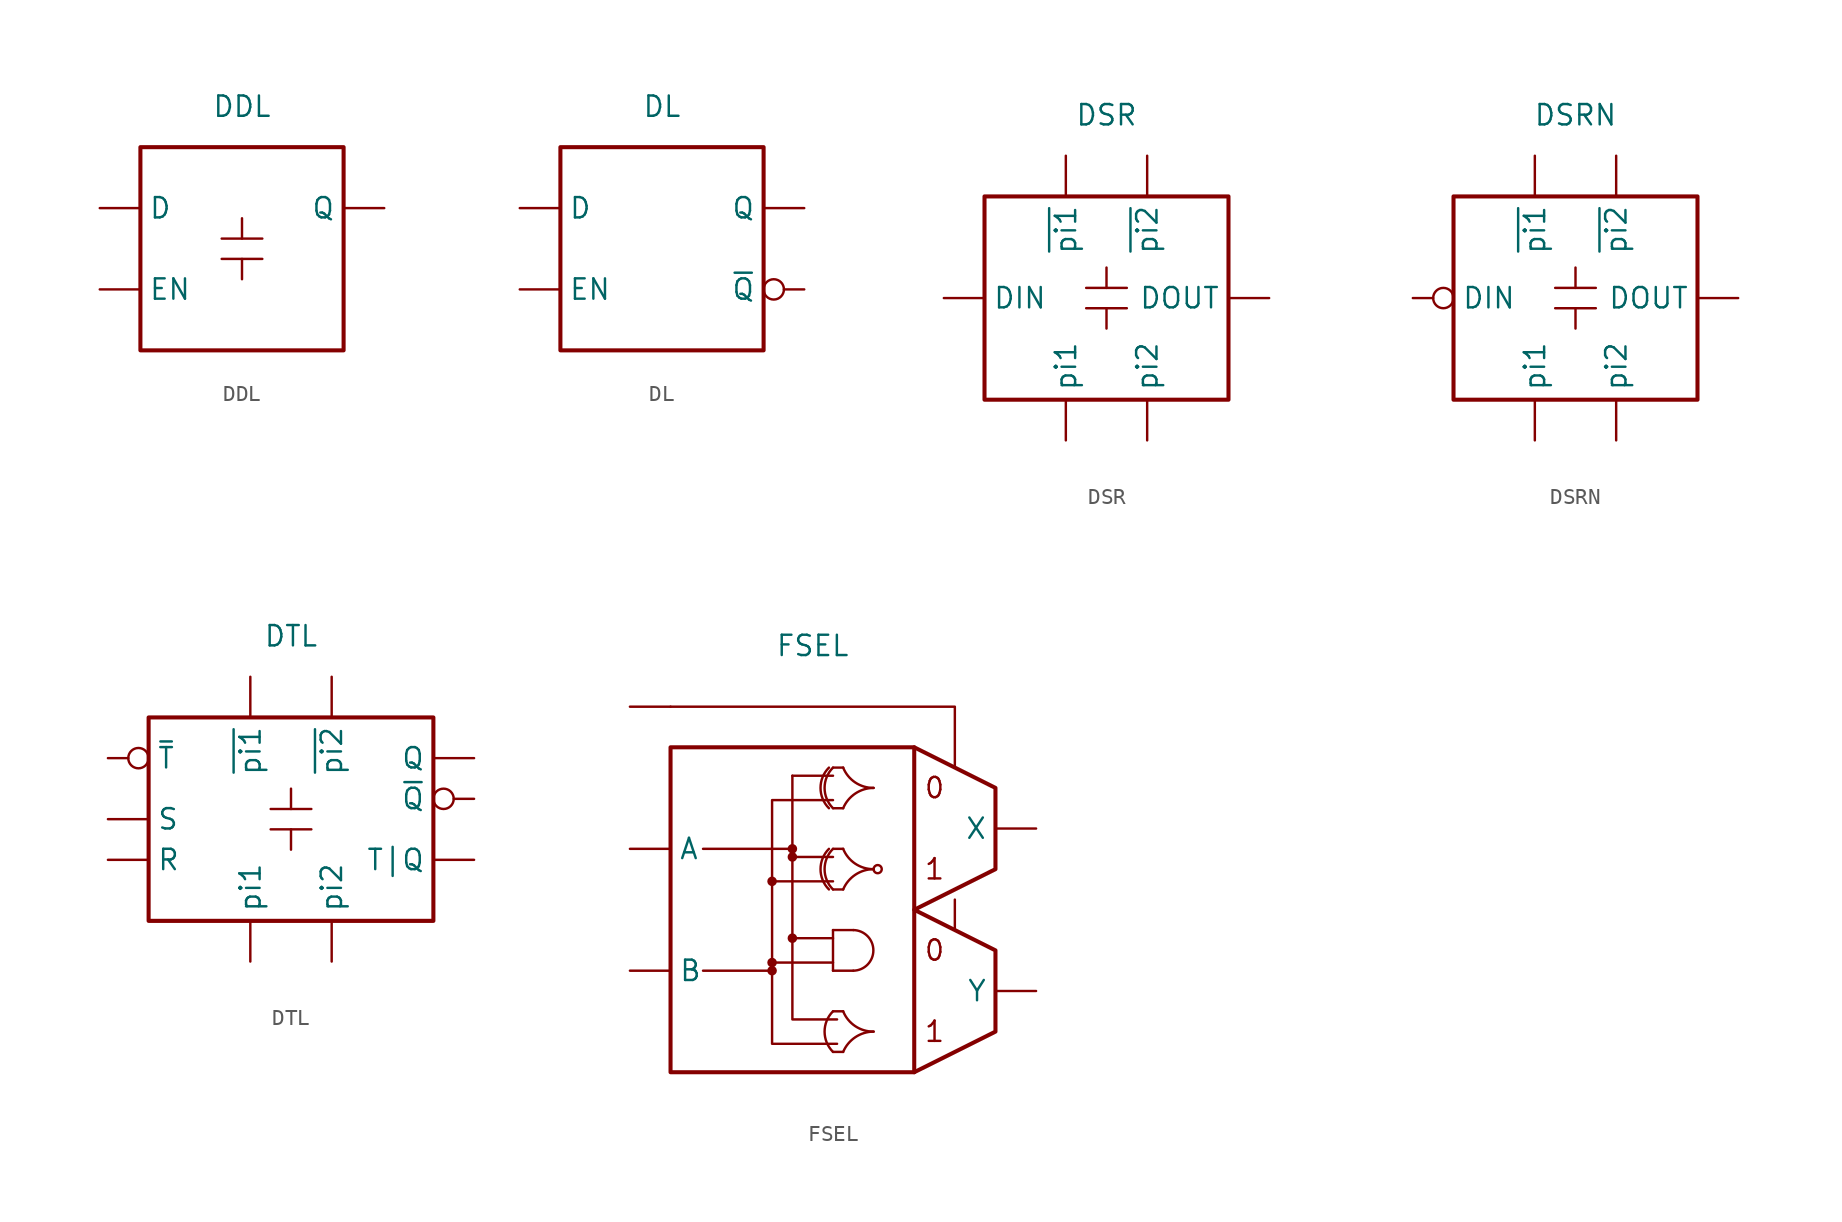
<source format=kicad_sym>
(kicad_symbol_lib
  (version 20211014)
  (generator kicad_symbol_editor)
  (symbol "DDL"
    (property "Reference" "U"
      (at 0 11.43 0)
      (effects (font (size 1.27 1.27)) hide))
    (property "Value" "DDL"
      (at 0 8.89 0)
      (effects (font (size 1.27 1.27))))
    (symbol "DDL_0_0"
      (polyline (pts (xy -1.27 -0.635) (xy 1.27 -0.635)) (stroke (width 0) (type default) (color 0 0 0 0)) (fill (type none)))
      (polyline (pts (xy -1.27 0.635) (xy 1.27 0.635)) (stroke (width 0) (type default) (color 0 0 0 0)) (fill (type none)))
      (polyline (pts (xy 0 -0.635) (xy 0 -1.905)) (stroke (width 0) (type default) (color 0 0 0 0)) (fill (type none)))
      (polyline (pts (xy 0 1.905) (xy 0 0.635)) (stroke (width 0) (type default) (color 0 0 0 0)) (fill (type none))))
    (symbol "DDL_0_1"
      (rectangle (start -6.35 6.35) (end 6.35 -6.35) (stroke (width 0.254) (type default) (color 0 0 0 0)) (fill (type none))))
    (symbol "DDL_1_1"
      (pin input line (at -8.89 2.54 0) (length 2.54) (name "D" (effects (font (size 1.27 1.27)))) (number "" (effects (font (size 1.27 1.27)))))
      (pin input line (at -8.89 -2.54 0) (length 2.54) (name "EN" (effects (font (size 1.27 1.27)))) (number "" (effects (font (size 1.27 1.27)))))
      (pin output line (at 8.89 2.54 180) (length 2.54) (name "Q" (effects (font (size 1.27 1.27)))) (number "" (effects (font (size 1.27 1.27)))))))
  (symbol "DL"
    (property "Reference" "U"
      (at 0 11.43 0)
      (effects (font (size 1.27 1.27)) hide))
    (property "Value" "DL"
      (at 0 8.89 0)
      (effects (font (size 1.27 1.27))))
    (symbol "DL_0_1"
      (rectangle (start -6.35 6.35) (end 6.35 -6.35) (stroke (width 0.254) (type default) (color 0 0 0 0)) (fill (type none))))
    (symbol "DL_1_1"
      (pin input line (at -8.89 2.54 0) (length 2.54) (name "D" (effects (font (size 1.27 1.27)))) (number "" (effects (font (size 1.27 1.27)))))
      (pin input line (at -8.89 -2.54 0) (length 2.54) (name "EN" (effects (font (size 1.27 1.27)))) (number "" (effects (font (size 1.27 1.27)))))
      (pin input line (at 8.89 2.54 180) (length 2.54) (name "Q" (effects (font (size 1.27 1.27)))) (number "" (effects (font (size 1.27 1.27)))))
      (pin input inverted (at 8.89 -2.54 180) (length 2.54) (name "~{Q}" (effects (font (size 1.27 1.27)))) (number "" (effects (font (size 1.27 1.27)))))))
  (symbol "DSR"
    (property "Reference" "U"
      (at 0 13.97 0)
      (effects (font (size 1.27 1.27)) hide))
    (property "Value" "DSR"
      (at 0 11.43 0)
      (effects (font (size 1.27 1.27))))
    (symbol "DSR_0_0"
      (polyline (pts (xy -1.27 -0.635) (xy 1.27 -0.635)) (stroke (width 0) (type default) (color 0 0 0 0)) (fill (type none)))
      (polyline (pts (xy -1.27 0.635) (xy 1.27 0.635)) (stroke (width 0) (type default) (color 0 0 0 0)) (fill (type none)))
      (polyline (pts (xy 0 -0.635) (xy 0 -1.905)) (stroke (width 0) (type default) (color 0 0 0 0)) (fill (type none)))
      (polyline (pts (xy 0 1.905) (xy 0 0.635)) (stroke (width 0) (type default) (color 0 0 0 0)) (fill (type none))))
    (symbol "DSR_0_1"
      (rectangle (start -7.62 6.35) (end 7.62 -6.35) (stroke (width 0.254) (type default) (color 0 0 0 0)) (fill (type none))))
    (symbol "DSR_1_1"
      (pin input line (at -10.16 0 0) (length 2.54) (name "DIN" (effects (font (size 1.27 1.27)))) (number "" (effects (font (size 1.27 1.27)))))
      (pin output line (at 10.16 0 180) (length 2.54) (name "DOUT" (effects (font (size 1.27 1.27)))) (number "" (effects (font (size 1.27 1.27)))))
      (pin input line (at -2.54 -8.89 90) (length 2.54) (name "pi1" (effects (font (size 1.27 1.27)))) (number "" (effects (font (size 1.27 1.27)))))
      (pin input line (at 2.54 -8.89 90) (length 2.54) (name "pi2" (effects (font (size 1.27 1.27)))) (number "" (effects (font (size 1.27 1.27)))))
      (pin input line (at -2.54 8.89 270) (length 2.54) (name "~{pi1}" (effects (font (size 1.27 1.27)))) (number "" (effects (font (size 1.27 1.27)))))
      (pin input line (at 2.54 8.89 270) (length 2.54) (name "~{pi2}" (effects (font (size 1.27 1.27)))) (number "" (effects (font (size 1.27 1.27)))))))
  (symbol "DSRN"
    (property "Reference" "U"
      (at 0 13.97 0)
      (effects (font (size 1.27 1.27)) hide))
    (property "Value" "DSRN"
      (at 0 11.43 0)
      (effects (font (size 1.27 1.27))))
    (symbol "DSRN_0_0"
      (polyline (pts (xy -1.27 -0.635) (xy 1.27 -0.635)) (stroke (width 0) (type default) (color 0 0 0 0)) (fill (type none)))
      (polyline (pts (xy -1.27 0.635) (xy 1.27 0.635)) (stroke (width 0) (type default) (color 0 0 0 0)) (fill (type none)))
      (polyline (pts (xy 0 -0.635) (xy 0 -1.905)) (stroke (width 0) (type default) (color 0 0 0 0)) (fill (type none)))
      (polyline (pts (xy 0 1.905) (xy 0 0.635)) (stroke (width 0) (type default) (color 0 0 0 0)) (fill (type none))))
    (symbol "DSRN_0_1"
      (rectangle (start -7.62 6.35) (end 7.62 -6.35) (stroke (width 0.254) (type default) (color 0 0 0 0)) (fill (type none))))
    (symbol "DSRN_1_1"
      (pin input inverted (at -10.16 0 0) (length 2.54) (name "DIN" (effects (font (size 1.27 1.27)))) (number "" (effects (font (size 1.27 1.27)))))
      (pin output line (at 10.16 0 180) (length 2.54) (name "DOUT" (effects (font (size 1.27 1.27)))) (number "" (effects (font (size 1.27 1.27)))))
      (pin input line (at -2.54 -8.89 90) (length 2.54) (name "pi1" (effects (font (size 1.27 1.27)))) (number "" (effects (font (size 1.27 1.27)))))
      (pin input line (at 2.54 -8.89 90) (length 2.54) (name "pi2" (effects (font (size 1.27 1.27)))) (number "" (effects (font (size 1.27 1.27)))))
      (pin input line (at -2.54 8.89 270) (length 2.54) (name "~{pi1}" (effects (font (size 1.27 1.27)))) (number "" (effects (font (size 1.27 1.27)))))
      (pin input line (at 2.54 8.89 270) (length 2.54) (name "~{pi2}" (effects (font (size 1.27 1.27)))) (number "" (effects (font (size 1.27 1.27)))))))
  (symbol "DTL"
    (property "Reference" "U"
      (at 0 13.97 0)
      (effects (font (size 1.27 1.27)) hide))
    (property "Value" "DTL"
      (at 0 11.43 0)
      (effects (font (size 1.27 1.27))))
    (symbol "DTL_0_0"
      (polyline (pts (xy -1.27 -0.635) (xy 1.27 -0.635)) (stroke (width 0) (type default) (color 0 0 0 0)) (fill (type none)))
      (polyline (pts (xy -1.27 0.635) (xy 1.27 0.635)) (stroke (width 0) (type default) (color 0 0 0 0)) (fill (type none)))
      (polyline (pts (xy 0 -0.635) (xy 0 -1.905)) (stroke (width 0) (type default) (color 0 0 0 0)) (fill (type none)))
      (polyline (pts (xy 0 1.905) (xy 0 0.635)) (stroke (width 0) (type default) (color 0 0 0 0)) (fill (type none))))
    (symbol "DTL_0_1"
      (rectangle (start -8.89 6.35) (end 8.89 -6.35) (stroke (width 0.254) (type default) (color 0 0 0 0)) (fill (type none))))
    (symbol "DTL_1_1"
      (pin input line (at -2.54 -8.89 90) (length 2.54) (name "pi1" (effects (font (size 1.27 1.27)))) (number "" (effects (font (size 1.27 1.27)))))
      (pin input line (at 2.54 -8.89 90) (length 2.54) (name "pi2" (effects (font (size 1.27 1.27)))) (number "" (effects (font (size 1.27 1.27)))))
      (pin output line (at 11.43 3.81 180) (length 2.54) (name "Q" (effects (font (size 1.27 1.27)))) (number "" (effects (font (size 1.27 1.27)))))
      (pin input line (at -11.43 -2.54 0) (length 2.54) (name "R" (effects (font (size 1.27 1.27)))) (number "" (effects (font (size 1.27 1.27)))))
      (pin input line (at -11.43 0 0) (length 2.54) (name "S" (effects (font (size 1.27 1.27)))) (number "" (effects (font (size 1.27 1.27)))))
      (pin output line (at 11.43 -2.54 180) (length 2.54) (name "T|Q" (effects (font (size 1.27 1.27)))) (number "" (effects (font (size 1.27 1.27)))))
      (pin input line (at -2.54 8.89 270) (length 2.54) (name "~{pi1}" (effects (font (size 1.27 1.27)))) (number "" (effects (font (size 1.27 1.27)))))
      (pin input line (at 2.54 8.89 270) (length 2.54) (name "~{pi2}" (effects (font (size 1.27 1.27)))) (number "" (effects (font (size 1.27 1.27)))))
      (pin output inverted (at 11.43 1.27 180) (length 2.54) (name "~{Q}" (effects (font (size 1.27 1.27)))) (number "" (effects (font (size 1.27 1.27)))))
      (pin input inverted (at -11.43 3.81 0) (length 2.54) (name "~{T}" (effects (font (size 1.27 1.27)))) (number "" (effects (font (size 1.27 1.27)))))))
  (symbol "FSEL"
    (property "Reference" "U"
      (at 0 19.05 0)
      (effects (font (size 1.27 1.27)) hide))
    (property "Value" "FSEL"
      (at 0 16.51 0)
      (effects (font (size 1.27 1.27))))
    (symbol "FSEL_0_0"
      (circle (center -2.54 -3.81) (radius 0.0001) (stroke (width 0.3) (type default) (color 0 0 0 0)) (fill (type none)))
      (circle (center -2.54 -3.302) (radius 0.0001) (stroke (width 0.3) (type default) (color 0 0 0 0)) (fill (type none)))
      (circle (center -2.54 1.778) (radius 0.0001) (stroke (width 0.3) (type default) (color 0 0 0 0)) (fill (type none)))
      (circle (center -1.27 -1.778) (radius 0.0001) (stroke (width 0.3) (type default) (color 0 0 0 0)) (fill (type none)))
      (circle (center -1.27 3.302) (radius 0.0001) (stroke (width 0.3) (type default) (color 0 0 0 0)) (fill (type none)))
      (circle (center -1.27 3.81) (radius 0.0001) (stroke (width 0.3) (type default) (color 0 0 0 0)) (fill (type none)))
      (polyline (pts (xy -6.858 -3.81) (xy -2.54 -3.81)) (stroke (width 0) (type default) (color 0 0 0 0)) (fill (type none)))
      (polyline (pts (xy -6.858 3.81) (xy -1.27 3.81)) (stroke (width 0) (type default) (color 0 0 0 0)) (fill (type none)))
      (polyline (pts (xy 1.27 -3.302) (xy -2.54 -3.302)) (stroke (width 0) (type default) (color 0 0 0 0)) (fill (type none)))
      (polyline (pts (xy 1.27 -1.778) (xy -1.27 -1.778)) (stroke (width 0) (type default) (color 0 0 0 0)) (fill (type none)))
      (polyline (pts (xy 1.27 -1.27) (xy 1.27 -3.81)) (stroke (width 0) (type default) (color 0 0 0 0)) (fill (type none)))
      (polyline (pts (xy 1.27 1.778) (xy -2.54 1.778)) (stroke (width 0) (type default) (color 0 0 0 0)) (fill (type none)))
      (polyline (pts (xy 1.27 3.302) (xy -1.27 3.302)) (stroke (width 0) (type default) (color 0 0 0 0)) (fill (type none)))
      (polyline (pts (xy 1.27 8.382) (xy -1.27 8.382)) (stroke (width 0) (type default) (color 0 0 0 0)) (fill (type none)))
      (polyline (pts (xy 1.905 -8.89) (xy 1.27 -8.89)) (stroke (width 0) (type default) (color 0 0 0 0)) (fill (type none)))
      (polyline (pts (xy 1.905 -6.35) (xy 1.27 -6.35)) (stroke (width 0) (type default) (color 0 0 0 0)) (fill (type none)))
      (polyline (pts (xy 1.905 1.27) (xy 1.27 1.27)) (stroke (width 0) (type default) (color 0 0 0 0)) (fill (type none)))
      (polyline (pts (xy 1.905 3.81) (xy 1.27 3.81)) (stroke (width 0) (type default) (color 0 0 0 0)) (fill (type none)))
      (polyline (pts (xy 1.905 6.35) (xy 1.27 6.35)) (stroke (width 0) (type default) (color 0 0 0 0)) (fill (type none)))
      (polyline (pts (xy 1.905 8.89) (xy 1.27 8.89)) (stroke (width 0) (type default) (color 0 0 0 0)) (fill (type none)))
      (polyline (pts (xy 2.54 -3.81) (xy 1.27 -3.81)) (stroke (width 0) (type default) (color 0 0 0 0)) (fill (type none)))
      (polyline (pts (xy 2.54 -1.27) (xy 1.27 -1.27)) (stroke (width 0) (type default) (color 0 0 0 0)) (fill (type none)))
      (polyline (pts (xy 8.89 -1.27) (xy 8.89 0.635)) (stroke (width 0) (type default) (color 0 0 0 0)) (fill (type none)))
      (polyline (pts (xy -1.27 8.382) (xy -1.27 -6.858) (xy 1.524 -6.858)) (stroke (width 0) (type default) (color 0 0 0 0)) (fill (type none)))
      (polyline (pts (xy 8.89 8.89) (xy 8.89 12.7) (xy -8.89 12.7)) (stroke (width 0) (type default) (color 0 0 0 0)) (fill (type none)))
      (polyline (pts (xy 1.27 6.858) (xy -2.54 6.858) (xy -2.54 -8.382) (xy 1.524 -8.382)) (stroke (width 0) (type default) (color 0 0 0 0)) (fill (type none)))
      (polyline (pts (xy 6.35 10.16) (xy 11.43 7.62) (xy 11.43 2.54) (xy 6.35 0) (xy 11.43 -2.54) (xy 11.43 -7.62) (xy 6.35 -10.16)) (stroke (width 0.254) (type default) (color 0 0 0 0)) (fill (type none)))
      (arc (start 1.0161 3.81) (mid -2.0501 2.54) (end 1.0161 1.27) (stroke (width 0) (type default) (color 0 0 0 0)) (fill (type none)))
      (arc (start 1.0161 8.89) (mid -2.0501 7.62) (end 1.0161 6.35) (stroke (width 0) (type default) (color 0 0 0 0)) (fill (type none)))
      (arc (start 1.2701 -6.35) (mid -1.7961 -7.62) (end 1.2701 -8.89) (stroke (width 0) (type default) (color 0 0 0 0)) (fill (type none)))
      (arc (start 1.2701 3.81) (mid -1.7961 2.54) (end 1.2701 1.27) (stroke (width 0) (type default) (color 0 0 0 0)) (fill (type none)))
      (arc (start 1.2701 8.89) (mid -1.7961 7.62) (end 1.2701 6.35) (stroke (width 0) (type default) (color 0 0 0 0)) (fill (type none)))
      (arc (start 1.905 -6.35) (mid 0.8025 -10.0677) (end 3.81 -7.62) (stroke (width 0) (type default) (color 0 0 0 0)) (fill (type none)))
      (arc (start 1.905 3.81) (mid 0.8025 0.0923) (end 3.81 2.54) (stroke (width 0) (type default) (color 0 0 0 0)) (fill (type none)))
      (arc (start 1.905 8.89) (mid 0.8025 5.1723) (end 3.81 7.62) (stroke (width 0) (type default) (color 0 0 0 0)) (fill (type none)))
      (arc (start 2.54 -3.81) (mid 3.7942 -2.54) (end 2.54 -1.27) (stroke (width 0) (type default) (color 0 0 0 0)) (fill (type none)))
      (arc (start 3.81 -7.62) (mid 0.7397 -5.0782) (end 1.905 -8.89) (stroke (width 0) (type default) (color 0 0 0 0)) (fill (type none)))
      (arc (start 3.81 2.54) (mid 0.7397 5.0818) (end 1.905 1.27) (stroke (width 0) (type default) (color 0 0 0 0)) (fill (type none)))
      (arc (start 3.81 7.62) (mid 0.7397 10.1618) (end 1.905 6.35) (stroke (width 0) (type default) (color 0 0 0 0)) (fill (type none)))
      (circle (center 4.064 2.54) (radius 0.254) (stroke (width 0) (type default) (color 0 0 0 0)) (fill (type none)))
      (text "0" (at 7.62 -2.54 0) (effects (font (size 1.27 1.27))))
      (text "0" (at 7.62 7.62 0) (effects (font (size 1.27 1.27))))
      (text "1" (at 7.62 -7.62 0) (effects (font (size 1.27 1.27))))
      (text "1" (at 7.62 2.54 0) (effects (font (size 1.27 1.27)))))
    (symbol "FSEL_0_1"
      (rectangle (start -8.89 10.16) (end 6.35 -10.16) (stroke (width 0.254) (type default) (color 0 0 0 0)) (fill (type none))))
    (symbol "FSEL_1_1"
      (pin input line (at -11.43 12.7 0) (length 2.54) (name "" (effects (font (size 1.27 1.27)))) (number "" (effects (font (size 1.27 1.27)))))
      (pin input line (at -11.43 3.81 0) (length 2.54) (name "A" (effects (font (size 1.27 1.27)))) (number "" (effects (font (size 1.27 1.27)))))
      (pin input line (at -11.43 -3.81 0) (length 2.54) (name "B" (effects (font (size 1.27 1.27)))) (number "" (effects (font (size 1.27 1.27)))))
      (pin output line (at 13.97 5.08 180) (length 2.54) (name "X" (effects (font (size 1.27 1.27)))) (number "" (effects (font (size 1.27 1.27)))))
      (pin output line (at 13.97 -5.08 180) (length 2.54) (name "Y" (effects (font (size 1.27 1.27)))) (number "" (effects (font (size 1.27 1.27))))))))
</source>
